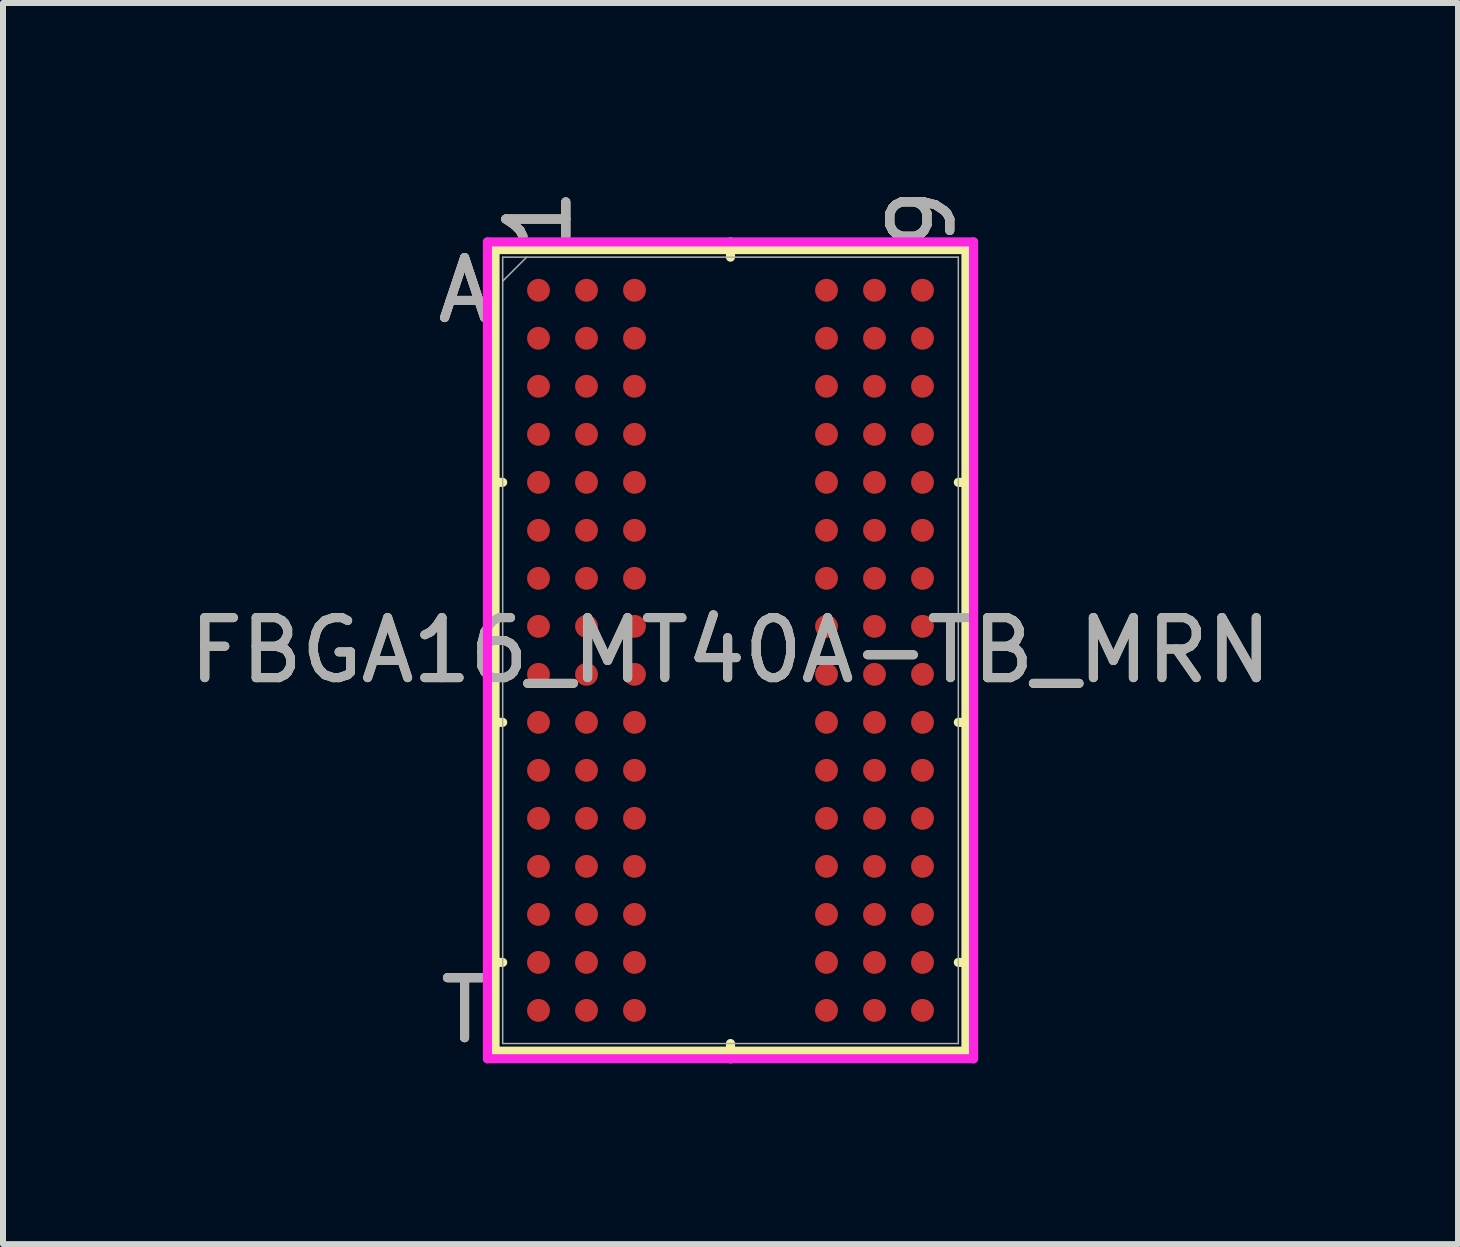
<source format=kicad_pcb>
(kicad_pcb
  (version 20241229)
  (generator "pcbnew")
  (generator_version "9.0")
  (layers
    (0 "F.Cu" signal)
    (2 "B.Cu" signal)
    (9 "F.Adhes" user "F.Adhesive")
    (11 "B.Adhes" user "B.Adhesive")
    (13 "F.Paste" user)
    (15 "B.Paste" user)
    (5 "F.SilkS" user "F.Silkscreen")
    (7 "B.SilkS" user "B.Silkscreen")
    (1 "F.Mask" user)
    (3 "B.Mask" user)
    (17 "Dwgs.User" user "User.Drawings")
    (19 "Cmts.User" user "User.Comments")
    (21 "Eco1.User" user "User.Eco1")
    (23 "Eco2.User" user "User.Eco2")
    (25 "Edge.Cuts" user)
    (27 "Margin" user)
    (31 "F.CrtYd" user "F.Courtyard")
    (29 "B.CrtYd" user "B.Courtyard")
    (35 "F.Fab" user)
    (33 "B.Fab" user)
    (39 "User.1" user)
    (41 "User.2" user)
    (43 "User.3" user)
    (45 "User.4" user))
  (footprint "FBGA16_MT40A-TB_MRN"
    (layer "F.Cu")
    (at 9.125 7.789)
    (property "Reference" "FBGA16_MT40A-TB_MRN" (at 0 0 0) (unlocked yes) (layer "F.SilkS") (effects (font (size 1 1) (thickness 0.15))))
    (attr smd)
    (fp_line (start -3.924 -6.68) (end -3.924 6.68) (stroke (width 0.152) (type solid)) (layer "F.SilkS"))
    (fp_line (start -3.924 6.68) (end 3.924 6.68) (stroke (width 0.152) (type solid)) (layer "F.SilkS"))
    (fp_line (start -3.797 -2.8) (end -4.051 -2.8) (stroke (width 0.152) (type solid)) (layer "F.SilkS"))
    (fp_line (start -3.797 1.2) (end -4.051 1.2) (stroke (width 0.152) (type solid)) (layer "F.SilkS"))
    (fp_line (start -3.797 5.201) (end -4.051 5.201) (stroke (width 0.152) (type solid)) (layer "F.SilkS"))
    (fp_line (start 0 -6.553) (end 0 -6.807) (stroke (width 0.152) (type solid)) (layer "F.SilkS"))
    (fp_line (start 0 6.553) (end 0 6.807) (stroke (width 0.152) (type solid)) (layer "F.SilkS"))
    (fp_line (start 3.797 -2.8) (end 4.051 -2.8) (stroke (width 0.152) (type solid)) (layer "F.SilkS"))
    (fp_line (start 3.797 1.2) (end 4.051 1.2) (stroke (width 0.152) (type solid)) (layer "F.SilkS"))
    (fp_line (start 3.797 5.201) (end 4.051 5.201) (stroke (width 0.152) (type solid)) (layer "F.SilkS"))
    (fp_line (start 3.924 -6.68) (end -3.924 -6.68) (stroke (width 0.152) (type solid)) (layer "F.SilkS"))
    (fp_line (start 3.924 6.68) (end 3.924 -6.68) (stroke (width 0.152) (type solid)) (layer "F.SilkS"))
    (fp_poly (pts (xy -4.045 -6.845) (xy 4.045 -6.845) (xy 4.045 6.845) (xy -4.045 6.845)) (stroke (width 0.1) (type solid)) (fill no) (layer "Eco2.User"))
    (fp_line (start -4.051 -6.807) (end 4.051 -6.807) (stroke (width 0.152) (type solid)) (layer "F.CrtYd"))
    (fp_line (start -4.051 6.807) (end -4.051 -6.807) (stroke (width 0.152) (type solid)) (layer "F.CrtYd"))
    (fp_line (start 4.051 -6.807) (end 4.051 6.807) (stroke (width 0.152) (type solid)) (layer "F.CrtYd"))
    (fp_line (start 4.051 6.807) (end -4.051 6.807) (stroke (width 0.152) (type solid)) (layer "F.CrtYd"))
    (fp_line (start -3.797 -6.553) (end -3.797 6.553) (stroke (width 0.025) (type solid)) (layer "F.Fab"))
    (fp_line (start -3.797 6.553) (end 3.797 6.553) (stroke (width 0.025) (type solid)) (layer "F.Fab"))
    (fp_line (start -3.397 -6.553) (end -3.797 -6.153) (stroke (width 0.025) (type solid)) (layer "F.Fab"))
    (fp_line (start 3.797 -6.553) (end -3.797 -6.553) (stroke (width 0.025) (type solid)) (layer "F.Fab"))
    (fp_line (start 3.797 6.553) (end 3.797 -6.553) (stroke (width 0.025) (type solid)) (layer "F.Fab"))
    (fp_text user "9" (at 3.2 -7.188 90) (unlocked yes) (layer "F.SilkS") (effects (font (size 1 1) (thickness 0.15))))
    (fp_text user "A" (at -4.432 -6.001 0) (unlocked yes) (layer "F.SilkS") (effects (font (size 1 1) (thickness 0.15))))
    (fp_text user "T" (at -4.432 6.001 0) (unlocked yes) (layer "F.SilkS") (effects (font (size 1 1) (thickness 0.15))))
    (fp_text user "1" (at -3.2 -7.188 90) (unlocked yes) (layer "F.SilkS") (effects (font (size 1 1) (thickness 0.15))))
    (fp_text user "A" (at -4.432 -6.001 0) (unlocked yes) (layer "B.SilkS") (effects (font (size 1 1) (thickness 0.15))))
    (fp_text user "1" (at -3.2 -7.188 90) (unlocked yes) (layer "B.SilkS") (effects (font (size 1 1) (thickness 0.15))))
    (fp_text user "9" (at 3.2 -7.188 90) (unlocked yes) (layer "B.SilkS") (effects (font (size 1 1) (thickness 0.15))))
    (fp_text user "T" (at -4.432 6.001 0) (unlocked yes) (layer "B.SilkS") (effects (font (size 1 1) (thickness 0.15))))
    (fp_text user "${REFERENCE}" (at 0 0 0) (unlocked yes) (layer "F.Fab") (effects (font (size 1 1) (thickness 0.15))))
    (fp_text user "T" (at -4.432 6.001 0) (unlocked yes) (layer "F.Fab") (effects (font (size 1 1) (thickness 0.15))))
    (fp_text user "9" (at 3.2 -7.188 90) (unlocked yes) (layer "F.Fab") (effects (font (size 1 1) (thickness 0.15))))
    (fp_text user "A" (at -4.432 -6.001 0) (unlocked yes) (layer "F.Fab") (effects (font (size 1 1) (thickness 0.15))))
    (fp_text user "1" (at -3.2 -7.188 90) (unlocked yes) (layer "F.Fab") (effects (font (size 1 1) (thickness 0.15))))
    (pad "A1" smd circle (at -3.2 -6.001) (size 0.381 0.381) (layers "F.Cu" "F.Mask" "F.Paste"))
    (pad "A2" smd circle (at -2.4 -6.001) (size 0.381 0.381) (layers "F.Cu" "F.Mask" "F.Paste"))
    (pad "A3" smd circle (at -1.6 -6.001) (size 0.381 0.381) (layers "F.Cu" "F.Mask" "F.Paste"))
    (pad "A7" smd circle (at 1.6 -6.001) (size 0.381 0.381) (layers "F.Cu" "F.Mask" "F.Paste"))
    (pad "A8" smd circle (at 2.4 -6.001) (size 0.381 0.381) (layers "F.Cu" "F.Mask" "F.Paste"))
    (pad "A9" smd circle (at 3.2 -6.001) (size 0.381 0.381) (layers "F.Cu" "F.Mask" "F.Paste"))
    (pad "B1" smd circle (at -3.2 -5.201) (size 0.381 0.381) (layers "F.Cu" "F.Mask" "F.Paste"))
    (pad "B2" smd circle (at -2.4 -5.201) (size 0.381 0.381) (layers "F.Cu" "F.Mask" "F.Paste"))
    (pad "B3" smd circle (at -1.6 -5.201) (size 0.381 0.381) (layers "F.Cu" "F.Mask" "F.Paste"))
    (pad "B7" smd circle (at 1.6 -5.201) (size 0.381 0.381) (layers "F.Cu" "F.Mask" "F.Paste"))
    (pad "B8" smd circle (at 2.4 -5.201) (size 0.381 0.381) (layers "F.Cu" "F.Mask" "F.Paste"))
    (pad "B9" smd circle (at 3.2 -5.201) (size 0.381 0.381) (layers "F.Cu" "F.Mask" "F.Paste"))
    (pad "C1" smd circle (at -3.2 -4.401) (size 0.381 0.381) (layers "F.Cu" "F.Mask" "F.Paste"))
    (pad "C2" smd circle (at -2.4 -4.401) (size 0.381 0.381) (layers "F.Cu" "F.Mask" "F.Paste"))
    (pad "C3" smd circle (at -1.6 -4.401) (size 0.381 0.381) (layers "F.Cu" "F.Mask" "F.Paste"))
    (pad "C7" smd circle (at 1.6 -4.401) (size 0.381 0.381) (layers "F.Cu" "F.Mask" "F.Paste"))
    (pad "C8" smd circle (at 2.4 -4.401) (size 0.381 0.381) (layers "F.Cu" "F.Mask" "F.Paste"))
    (pad "C9" smd circle (at 3.2 -4.401) (size 0.381 0.381) (layers "F.Cu" "F.Mask" "F.Paste"))
    (pad "D1" smd circle (at -3.2 -3.6) (size 0.381 0.381) (layers "F.Cu" "F.Mask" "F.Paste"))
    (pad "D2" smd circle (at -2.4 -3.6) (size 0.381 0.381) (layers "F.Cu" "F.Mask" "F.Paste"))
    (pad "D3" smd circle (at -1.6 -3.6) (size 0.381 0.381) (layers "F.Cu" "F.Mask" "F.Paste"))
    (pad "D7" smd circle (at 1.6 -3.6) (size 0.381 0.381) (layers "F.Cu" "F.Mask" "F.Paste"))
    (pad "D8" smd circle (at 2.4 -3.6) (size 0.381 0.381) (layers "F.Cu" "F.Mask" "F.Paste"))
    (pad "D9" smd circle (at 3.2 -3.6) (size 0.381 0.381) (layers "F.Cu" "F.Mask" "F.Paste"))
    (pad "E1" smd circle (at -3.2 -2.8) (size 0.381 0.381) (layers "F.Cu" "F.Mask" "F.Paste"))
    (pad "E2" smd circle (at -2.4 -2.8) (size 0.381 0.381) (layers "F.Cu" "F.Mask" "F.Paste"))
    (pad "E3" smd circle (at -1.6 -2.8) (size 0.381 0.381) (layers "F.Cu" "F.Mask" "F.Paste"))
    (pad "E7" smd circle (at 1.6 -2.8) (size 0.381 0.381) (layers "F.Cu" "F.Mask" "F.Paste"))
    (pad "E8" smd circle (at 2.4 -2.8) (size 0.381 0.381) (layers "F.Cu" "F.Mask" "F.Paste"))
    (pad "E9" smd circle (at 3.2 -2.8) (size 0.381 0.381) (layers "F.Cu" "F.Mask" "F.Paste"))
    (pad "F1" smd circle (at -3.2 -2) (size 0.381 0.381) (layers "F.Cu" "F.Mask" "F.Paste"))
    (pad "F2" smd circle (at -2.4 -2) (size 0.381 0.381) (layers "F.Cu" "F.Mask" "F.Paste"))
    (pad "F3" smd circle (at -1.6 -2) (size 0.381 0.381) (layers "F.Cu" "F.Mask" "F.Paste"))
    (pad "F7" smd circle (at 1.6 -2) (size 0.381 0.381) (layers "F.Cu" "F.Mask" "F.Paste"))
    (pad "F8" smd circle (at 2.4 -2) (size 0.381 0.381) (layers "F.Cu" "F.Mask" "F.Paste"))
    (pad "F9" smd circle (at 3.2 -2) (size 0.381 0.381) (layers "F.Cu" "F.Mask" "F.Paste"))
    (pad "G1" smd circle (at -3.2 -1.2) (size 0.381 0.381) (layers "F.Cu" "F.Mask" "F.Paste"))
    (pad "G2" smd circle (at -2.4 -1.2) (size 0.381 0.381) (layers "F.Cu" "F.Mask" "F.Paste"))
    (pad "G3" smd circle (at -1.6 -1.2) (size 0.381 0.381) (layers "F.Cu" "F.Mask" "F.Paste"))
    (pad "G7" smd circle (at 1.6 -1.2) (size 0.381 0.381) (layers "F.Cu" "F.Mask" "F.Paste"))
    (pad "G8" smd circle (at 2.4 -1.2) (size 0.381 0.381) (layers "F.Cu" "F.Mask" "F.Paste"))
    (pad "G9" smd circle (at 3.2 -1.2) (size 0.381 0.381) (layers "F.Cu" "F.Mask" "F.Paste"))
    (pad "H1" smd circle (at -3.2 -0.4) (size 0.381 0.381) (layers "F.Cu" "F.Mask" "F.Paste"))
    (pad "H2" smd circle (at -2.4 -0.4) (size 0.381 0.381) (layers "F.Cu" "F.Mask" "F.Paste"))
    (pad "H3" smd circle (at -1.6 -0.4) (size 0.381 0.381) (layers "F.Cu" "F.Mask" "F.Paste"))
    (pad "H7" smd circle (at 1.6 -0.4) (size 0.381 0.381) (layers "F.Cu" "F.Mask" "F.Paste"))
    (pad "H8" smd circle (at 2.4 -0.4) (size 0.381 0.381) (layers "F.Cu" "F.Mask" "F.Paste"))
    (pad "H9" smd circle (at 3.2 -0.4) (size 0.381 0.381) (layers "F.Cu" "F.Mask" "F.Paste"))
    (pad "J1" smd circle (at -3.2 0.4) (size 0.381 0.381) (layers "F.Cu" "F.Mask" "F.Paste"))
    (pad "J2" smd circle (at -2.4 0.4) (size 0.381 0.381) (layers "F.Cu" "F.Mask" "F.Paste"))
    (pad "J3" smd circle (at -1.6 0.4) (size 0.381 0.381) (layers "F.Cu" "F.Mask" "F.Paste"))
    (pad "J7" smd circle (at 1.6 0.4) (size 0.381 0.381) (layers "F.Cu" "F.Mask" "F.Paste"))
    (pad "J8" smd circle (at 2.4 0.4) (size 0.381 0.381) (layers "F.Cu" "F.Mask" "F.Paste"))
    (pad "J9" smd circle (at 3.2 0.4) (size 0.381 0.381) (layers "F.Cu" "F.Mask" "F.Paste"))
    (pad "K1" smd circle (at -3.2 1.2) (size 0.381 0.381) (layers "F.Cu" "F.Mask" "F.Paste"))
    (pad "K2" smd circle (at -2.4 1.2) (size 0.381 0.381) (layers "F.Cu" "F.Mask" "F.Paste"))
    (pad "K3" smd circle (at -1.6 1.2) (size 0.381 0.381) (layers "F.Cu" "F.Mask" "F.Paste"))
    (pad "K7" smd circle (at 1.6 1.2) (size 0.381 0.381) (layers "F.Cu" "F.Mask" "F.Paste"))
    (pad "K8" smd circle (at 2.4 1.2) (size 0.381 0.381) (layers "F.Cu" "F.Mask" "F.Paste"))
    (pad "K9" smd circle (at 3.2 1.2) (size 0.381 0.381) (layers "F.Cu" "F.Mask" "F.Paste"))
    (pad "L1" smd circle (at -3.2 2) (size 0.381 0.381) (layers "F.Cu" "F.Mask" "F.Paste"))
    (pad "L2" smd circle (at -2.4 2) (size 0.381 0.381) (layers "F.Cu" "F.Mask" "F.Paste"))
    (pad "L3" smd circle (at -1.6 2) (size 0.381 0.381) (layers "F.Cu" "F.Mask" "F.Paste"))
    (pad "L7" smd circle (at 1.6 2) (size 0.381 0.381) (layers "F.Cu" "F.Mask" "F.Paste"))
    (pad "L8" smd circle (at 2.4 2) (size 0.381 0.381) (layers "F.Cu" "F.Mask" "F.Paste"))
    (pad "L9" smd circle (at 3.2 2) (size 0.381 0.381) (layers "F.Cu" "F.Mask" "F.Paste"))
    (pad "M1" smd circle (at -3.2 2.8) (size 0.381 0.381) (layers "F.Cu" "F.Mask" "F.Paste"))
    (pad "M2" smd circle (at -2.4 2.8) (size 0.381 0.381) (layers "F.Cu" "F.Mask" "F.Paste"))
    (pad "M3" smd circle (at -1.6 2.8) (size 0.381 0.381) (layers "F.Cu" "F.Mask" "F.Paste"))
    (pad "M7" smd circle (at 1.6 2.8) (size 0.381 0.381) (layers "F.Cu" "F.Mask" "F.Paste"))
    (pad "M8" smd circle (at 2.4 2.8) (size 0.381 0.381) (layers "F.Cu" "F.Mask" "F.Paste"))
    (pad "M9" smd circle (at 3.2 2.8) (size 0.381 0.381) (layers "F.Cu" "F.Mask" "F.Paste"))
    (pad "N1" smd circle (at -3.2 3.6) (size 0.381 0.381) (layers "F.Cu" "F.Mask" "F.Paste"))
    (pad "N2" smd circle (at -2.4 3.6) (size 0.381 0.381) (layers "F.Cu" "F.Mask" "F.Paste"))
    (pad "N3" smd circle (at -1.6 3.6) (size 0.381 0.381) (layers "F.Cu" "F.Mask" "F.Paste"))
    (pad "N7" smd circle (at 1.6 3.6) (size 0.381 0.381) (layers "F.Cu" "F.Mask" "F.Paste"))
    (pad "N8" smd circle (at 2.4 3.6) (size 0.381 0.381) (layers "F.Cu" "F.Mask" "F.Paste"))
    (pad "N9" smd circle (at 3.2 3.6) (size 0.381 0.381) (layers "F.Cu" "F.Mask" "F.Paste"))
    (pad "P1" smd circle (at -3.2 4.401) (size 0.381 0.381) (layers "F.Cu" "F.Mask" "F.Paste"))
    (pad "P2" smd circle (at -2.4 4.401) (size 0.381 0.381) (layers "F.Cu" "F.Mask" "F.Paste"))
    (pad "P3" smd circle (at -1.6 4.401) (size 0.381 0.381) (layers "F.Cu" "F.Mask" "F.Paste"))
    (pad "P7" smd circle (at 1.6 4.401) (size 0.381 0.381) (layers "F.Cu" "F.Mask" "F.Paste"))
    (pad "P8" smd circle (at 2.4 4.401) (size 0.381 0.381) (layers "F.Cu" "F.Mask" "F.Paste"))
    (pad "P9" smd circle (at 3.2 4.401) (size 0.381 0.381) (layers "F.Cu" "F.Mask" "F.Paste"))
    (pad "R1" smd circle (at -3.2 5.201) (size 0.381 0.381) (layers "F.Cu" "F.Mask" "F.Paste"))
    (pad "R2" smd circle (at -2.4 5.201) (size 0.381 0.381) (layers "F.Cu" "F.Mask" "F.Paste"))
    (pad "R3" smd circle (at -1.6 5.201) (size 0.381 0.381) (layers "F.Cu" "F.Mask" "F.Paste"))
    (pad "R7" smd circle (at 1.6 5.201) (size 0.381 0.381) (layers "F.Cu" "F.Mask" "F.Paste"))
    (pad "R8" smd circle (at 2.4 5.201) (size 0.381 0.381) (layers "F.Cu" "F.Mask" "F.Paste"))
    (pad "R9" smd circle (at 3.2 5.201) (size 0.381 0.381) (layers "F.Cu" "F.Mask" "F.Paste"))
    (pad "T1" smd circle (at -3.2 6.001) (size 0.381 0.381) (layers "F.Cu" "F.Mask" "F.Paste"))
    (pad "T2" smd circle (at -2.4 6.001) (size 0.381 0.381) (layers "F.Cu" "F.Mask" "F.Paste"))
    (pad "T3" smd circle (at -1.6 6.001) (size 0.381 0.381) (layers "F.Cu" "F.Mask" "F.Paste"))
    (pad "T7" smd circle (at 1.6 6.001) (size 0.381 0.381) (layers "F.Cu" "F.Mask" "F.Paste"))
    (pad "T8" smd circle (at 2.4 6.001) (size 0.381 0.381) (layers "F.Cu" "F.Mask" "F.Paste"))
    (pad "T9" smd circle (at 3.2 6.001) (size 0.381 0.381) (layers "F.Cu" "F.Mask" "F.Paste")))
  (gr_rect
    (start -3 -3)
    (end 21.25 17.685)
    (stroke (width 0.1) (type default))
    (fill no)
    (layer "Edge.Cuts")))
</source>
